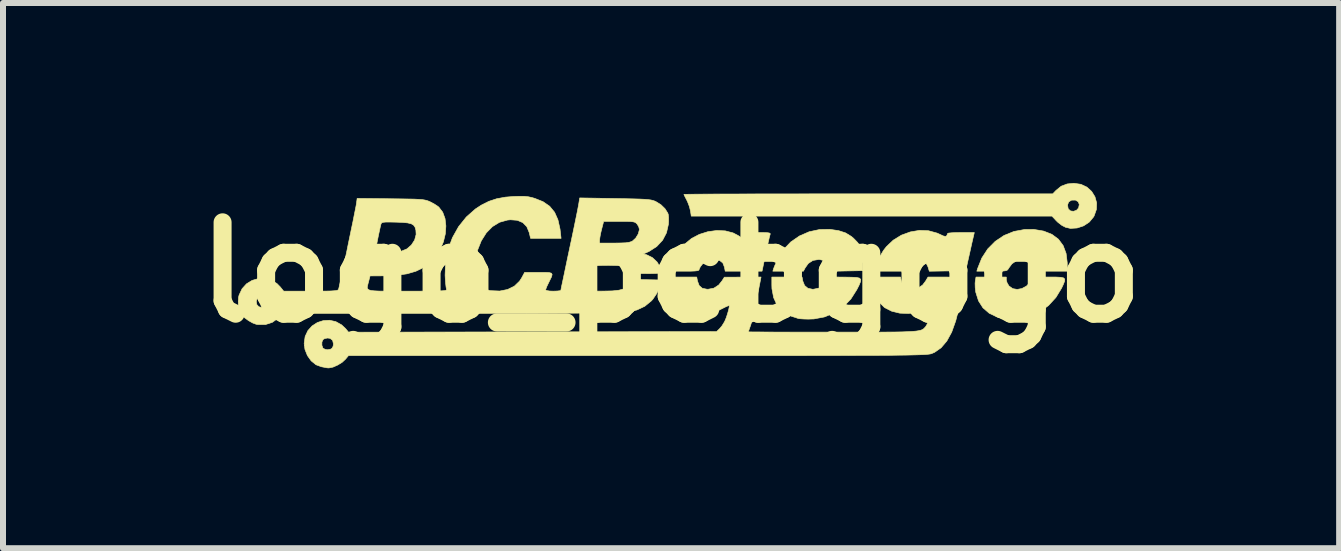
<source format=kicad_pcb>
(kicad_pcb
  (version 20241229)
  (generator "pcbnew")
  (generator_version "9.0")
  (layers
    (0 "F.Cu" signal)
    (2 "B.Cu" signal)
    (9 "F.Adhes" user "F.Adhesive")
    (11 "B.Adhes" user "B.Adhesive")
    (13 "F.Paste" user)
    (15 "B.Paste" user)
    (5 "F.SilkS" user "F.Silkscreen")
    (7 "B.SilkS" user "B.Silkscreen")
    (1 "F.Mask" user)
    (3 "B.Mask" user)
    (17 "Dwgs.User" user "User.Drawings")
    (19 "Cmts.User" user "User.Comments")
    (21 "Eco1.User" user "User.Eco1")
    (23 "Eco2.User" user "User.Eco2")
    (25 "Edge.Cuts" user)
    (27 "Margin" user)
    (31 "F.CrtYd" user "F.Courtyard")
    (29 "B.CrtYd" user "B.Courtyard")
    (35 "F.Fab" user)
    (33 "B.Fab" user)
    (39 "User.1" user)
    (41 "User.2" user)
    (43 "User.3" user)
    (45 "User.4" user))
  (footprint "logo_pcbgogo"
    (layer "F.Cu")
    (at 8.135 1.49)
    (property "Reference" "logo_pcbgogo" (at 0 0 0) (layer "F.SilkS") (effects (font (size 1.524 1.524) (thickness 0.3))))
    (attr through_hole)
    (fp_poly (pts (xy 2.792 -0.696) (xy 2.909 -0.658) (xy 3.007 -0.598) (xy 3.041 -0.569) (xy 3.111 -0.497) (xy 3.156 -0.428) (xy 3.182 -0.351) (xy 3.192 -0.252) (xy 3.194 -0.195) (xy 3.195 -0.029) (xy 2.928 -0.024) (xy 2.662 -0.018) (xy 2.648 -0.073) (xy 2.613 -0.15) (xy 2.554 -0.197) (xy 2.47 -0.215) (xy 2.461 -0.215) (xy 2.364 -0.199) (xy 2.288 -0.149) (xy 2.236 -0.076) (xy 2.207 -0.02) (xy 1.697 -0.02) (xy 1.71 -0.064) (xy 1.725 -0.103) (xy 1.752 -0.164) (xy 1.784 -0.234) (xy 1.785 -0.234) (xy 1.877 -0.383) (xy 1.997 -0.508) (xy 2.141 -0.607) (xy 2.302 -0.677) (xy 2.475 -0.714) (xy 2.647 -0.717) (xy 2.792 -0.696)) (stroke (width 0.01) (type solid)) (fill yes) (layer "F.SilkS"))
    (fp_poly (pts (xy 6.211 -0.688) (xy 6.348 -0.634) (xy 6.457 -0.553) (xy 6.536 -0.446) (xy 6.585 -0.315) (xy 6.604 -0.16) (xy 6.604 -0.144) (xy 6.604 -0.02) (xy 6.06 -0.02) (xy 6.047 -0.078) (xy 6.014 -0.147) (xy 5.951 -0.194) (xy 5.867 -0.214) (xy 5.851 -0.215) (xy 5.76 -0.196) (xy 5.682 -0.143) (xy 5.628 -0.07) (xy 5.616 -0.05) (xy 5.601 -0.035) (xy 5.576 -0.027) (xy 5.534 -0.022) (xy 5.469 -0.02) (xy 5.373 -0.02) (xy 5.349 -0.02) (xy 5.097 -0.02) (xy 5.11 -0.064) (xy 5.18 -0.239) (xy 5.279 -0.391) (xy 5.404 -0.517) (xy 5.55 -0.615) (xy 5.715 -0.682) (xy 5.894 -0.715) (xy 6.047 -0.716) (xy 6.211 -0.688)) (stroke (width 0.01) (type solid)) (fill yes) (layer "F.SilkS"))
    (fp_poly (pts (xy 2.902 0.079) (xy 3.016 0.081) (xy 3.095 0.085) (xy 3.142 0.096) (xy 3.162 0.118) (xy 3.158 0.155) (xy 3.135 0.212) (xy 3.097 0.287) (xy 2.998 0.443) (xy 2.873 0.573) (xy 2.725 0.673) (xy 2.56 0.742) (xy 2.382 0.776) (xy 2.287 0.779) (xy 2.214 0.777) (xy 2.153 0.773) (xy 2.12 0.768) (xy 1.973 0.72) (xy 1.855 0.645) (xy 1.767 0.546) (xy 1.71 0.421) (xy 1.682 0.273) (xy 1.68 0.211) (xy 1.68 0.078) (xy 2.184 0.078) (xy 2.196 0.144) (xy 2.226 0.219) (xy 2.281 0.265) (xy 2.361 0.282) (xy 2.374 0.281) (xy 2.47 0.261) (xy 2.553 0.208) (xy 2.61 0.134) (xy 2.639 0.077) (xy 2.902 0.079)) (stroke (width 0.01) (type solid)) (fill yes) (layer "F.SilkS"))
    (fp_poly (pts (xy 5.588 0.126) (xy 5.601 0.173) (xy 5.631 0.224) (xy 5.635 0.228) (xy 5.695 0.271) (xy 5.77 0.284) (xy 5.849 0.269) (xy 5.925 0.228) (xy 5.989 0.162) (xy 5.997 0.151) (xy 6.044 0.078) (xy 6.304 0.078) (xy 6.417 0.078) (xy 6.495 0.082) (xy 6.542 0.092) (xy 6.562 0.112) (xy 6.56 0.147) (xy 6.539 0.2) (xy 6.509 0.264) (xy 6.415 0.418) (xy 6.292 0.552) (xy 6.146 0.66) (xy 5.984 0.736) (xy 5.957 0.745) (xy 5.828 0.772) (xy 5.687 0.781) (xy 5.549 0.771) (xy 5.436 0.745) (xy 5.303 0.681) (xy 5.199 0.591) (xy 5.125 0.475) (xy 5.08 0.333) (xy 5.079 0.33) (xy 5.07 0.254) (xy 5.068 0.181) (xy 5.071 0.151) (xy 5.083 0.078) (xy 5.588 0.078) (xy 5.588 0.126)) (stroke (width 0.01) (type solid)) (fill yes) (layer "F.SilkS"))
    (fp_poly (pts (xy 4.291 -0.694) (xy 4.434 -0.655) (xy 4.474 -0.637) (xy 4.536 -0.608) (xy 4.573 -0.599) (xy 4.592 -0.607) (xy 4.594 -0.61) (xy 4.609 -0.641) (xy 4.611 -0.65) (xy 4.629 -0.655) (xy 4.679 -0.66) (xy 4.752 -0.663) (xy 4.833 -0.664) (xy 5.055 -0.664) (xy 5.011 -0.474) (xy 4.989 -0.374) (xy 4.966 -0.272) (xy 4.946 -0.183) (xy 4.94 -0.156) (xy 4.913 -0.029) (xy 4.609 -0.024) (xy 4.305 -0.019) (xy 4.283 -0.092) (xy 4.247 -0.164) (xy 4.189 -0.205) (xy 4.104 -0.218) (xy 4.096 -0.218) (xy 4.004 -0.199) (xy 3.931 -0.146) (xy 3.888 -0.082) (xy 3.859 -0.02) (xy 3.627 -0.02) (xy 3.395 -0.02) (xy 3.407 -0.078) (xy 3.434 -0.165) (xy 3.481 -0.265) (xy 3.539 -0.363) (xy 3.589 -0.428) (xy 3.704 -0.537) (xy 3.839 -0.62) (xy 3.987 -0.674) (xy 4.14 -0.7) (xy 4.291 -0.694)) (stroke (width 0.01) (type solid)) (fill yes) (layer "F.SilkS"))
    (fp_poly (pts (xy 0.903 -0.692) (xy 1.034 -0.658) (xy 1.117 -0.615) (xy 1.188 -0.569) (xy 1.2 -0.616) (xy 1.207 -0.637) (xy 1.218 -0.651) (xy 1.242 -0.659) (xy 1.286 -0.663) (xy 1.356 -0.664) (xy 1.439 -0.664) (xy 1.535 -0.664) (xy 1.599 -0.662) (xy 1.636 -0.657) (xy 1.652 -0.649) (xy 1.653 -0.637) (xy 1.651 -0.63) (xy 1.642 -0.6) (xy 1.628 -0.538) (xy 1.609 -0.454) (xy 1.587 -0.355) (xy 1.577 -0.308) (xy 1.517 -0.02) (xy 0.903 -0.02) (xy 0.89 -0.088) (xy 0.863 -0.157) (xy 0.811 -0.198) (xy 0.732 -0.212) (xy 0.68 -0.21) (xy 0.61 -0.198) (xy 0.562 -0.175) (xy 0.524 -0.139) (xy 0.489 -0.094) (xy 0.47 -0.056) (xy 0.469 -0.049) (xy 0.463 -0.036) (xy 0.441 -0.028) (xy 0.397 -0.023) (xy 0.325 -0.02) (xy 0.233 -0.02) (xy -0.003 -0.02) (xy 0.01 -0.083) (xy 0.033 -0.153) (xy 0.074 -0.24) (xy 0.126 -0.332) (xy 0.182 -0.415) (xy 0.229 -0.472) (xy 0.34 -0.564) (xy 0.471 -0.633) (xy 0.614 -0.678) (xy 0.761 -0.698) (xy 0.903 -0.692)) (stroke (width 0.01) (type solid)) (fill yes) (layer "F.SilkS"))
    (fp_poly (pts (xy 6.832 -1.468) (xy 6.932 -1.421) (xy 7.011 -1.349) (xy 7.066 -1.26) (xy 7.094 -1.158) (xy 7.09 -1.049) (xy 7.052 -0.941) (xy 7.043 -0.925) (xy 6.972 -0.839) (xy 6.877 -0.776) (xy 6.769 -0.74) (xy 6.657 -0.733) (xy 6.575 -0.752) (xy 6.515 -0.783) (xy 6.451 -0.832) (xy 6.423 -0.859) (xy 6.349 -0.938) (xy 0.337 -0.938) (xy 0.324 -1.025) (xy 0.306 -1.097) (xy 0.295 -1.126) (xy 6.609 -1.126) (xy 6.618 -1.068) (xy 6.623 -1.056) (xy 6.659 -1.024) (xy 6.709 -1.018) (xy 6.759 -1.036) (xy 6.793 -1.073) (xy 6.805 -1.132) (xy 6.786 -1.178) (xy 6.741 -1.205) (xy 6.677 -1.204) (xy 6.673 -1.203) (xy 6.629 -1.175) (xy 6.609 -1.126) (xy 0.295 -1.126) (xy 0.276 -1.175) (xy 0.263 -1.202) (xy 0.236 -1.254) (xy 0.218 -1.291) (xy 0.215 -1.3) (xy 0.234 -1.301) (xy 0.29 -1.302) (xy 0.381 -1.303) (xy 0.505 -1.304) (xy 0.66 -1.305) (xy 0.843 -1.306) (xy 1.053 -1.306) (xy 1.287 -1.307) (xy 1.544 -1.308) (xy 1.821 -1.308) (xy 2.116 -1.308) (xy 2.428 -1.309) (xy 2.753 -1.309) (xy 3.091 -1.309) (xy 3.289 -1.309) (xy 6.362 -1.309) (xy 6.418 -1.367) (xy 6.503 -1.436) (xy 6.603 -1.474) (xy 6.715 -1.485) (xy 6.832 -1.468)) (stroke (width 0.01) (type solid)) (fill yes) (layer "F.SilkS"))
    (fp_poly (pts (xy 0.441 0.145) (xy 0.469 0.22) (xy 0.521 0.265) (xy 0.6 0.281) (xy 0.619 0.281) (xy 0.714 0.263) (xy 0.795 0.21) (xy 0.85 0.141) (xy 0.889 0.08) (xy 1.194 0.079) (xy 1.5 0.078) (xy 1.484 0.161) (xy 1.449 0.339) (xy 1.421 0.483) (xy 1.397 0.598) (xy 1.378 0.689) (xy 1.362 0.759) (xy 1.347 0.813) (xy 1.334 0.857) (xy 1.328 0.877) (xy 1.307 0.936) (xy 1.293 0.977) (xy 1.29 0.991) (xy 1.309 0.992) (xy 1.364 0.993) (xy 1.452 0.993) (xy 1.569 0.994) (xy 1.714 0.995) (xy 1.882 0.995) (xy 2.071 0.996) (xy 2.277 0.996) (xy 2.498 0.996) (xy 2.697 0.996) (xy 2.971 0.996) (xy 3.208 0.996) (xy 3.412 0.996) (xy 3.585 0.995) (xy 3.73 0.994) (xy 3.85 0.992) (xy 3.947 0.988) (xy 4.024 0.984) (xy 4.084 0.979) (xy 4.129 0.972) (xy 4.163 0.964) (xy 4.189 0.954) (xy 4.208 0.942) (xy 4.223 0.927) (xy 4.238 0.911) (xy 4.243 0.906) (xy 4.262 0.875) (xy 4.286 0.821) (xy 4.313 0.754) (xy 4.339 0.684) (xy 4.359 0.62) (xy 4.371 0.574) (xy 4.371 0.555) (xy 4.351 0.559) (xy 4.306 0.578) (xy 4.246 0.607) (xy 4.24 0.61) (xy 4.104 0.662) (xy 3.959 0.685) (xy 3.814 0.68) (xy 3.678 0.647) (xy 3.56 0.587) (xy 3.554 0.582) (xy 3.471 0.499) (xy 3.413 0.39) (xy 3.384 0.263) (xy 3.38 0.2) (xy 3.38 0.078) (xy 3.825 0.078) (xy 3.838 0.144) (xy 3.867 0.219) (xy 3.922 0.265) (xy 4.002 0.281) (xy 4.016 0.281) (xy 4.114 0.263) (xy 4.193 0.211) (xy 4.243 0.145) (xy 4.283 0.078) (xy 4.584 0.078) (xy 4.699 0.079) (xy 4.781 0.08) (xy 4.835 0.084) (xy 4.866 0.089) (xy 4.881 0.098) (xy 4.885 0.11) (xy 4.881 0.151) (xy 4.869 0.221) (xy 4.853 0.312) (xy 4.833 0.416) (xy 4.811 0.524) (xy 4.788 0.629) (xy 4.767 0.722) (xy 4.749 0.793) (xy 4.744 0.811) (xy 4.678 0.996) (xy 4.597 1.144) (xy 4.501 1.257) (xy 4.392 1.333) (xy 4.345 1.353) (xy 4.333 1.357) (xy 4.318 1.36) (xy 4.299 1.363) (xy 4.273 1.366) (xy 4.24 1.369) (xy 4.197 1.371) (xy 4.144 1.373) (xy 4.079 1.375) (xy 4 1.377) (xy 3.907 1.379) (xy 3.797 1.38) (xy 3.669 1.382) (xy 3.522 1.383) (xy 3.355 1.384) (xy 3.165 1.384) (xy 2.951 1.385) (xy 2.712 1.386) (xy 2.447 1.386) (xy 2.153 1.387) (xy 1.83 1.387) (xy 1.477 1.387) (xy 1.09 1.387) (xy 0.67 1.387) (xy 0.214 1.387) (xy -0.278 1.387) (xy -0.563 1.387) (xy -5.376 1.387) (xy -5.426 1.447) (xy -5.483 1.5) (xy -5.557 1.545) (xy -5.634 1.579) (xy -5.703 1.593) (xy -5.735 1.591) (xy -5.765 1.585) (xy -5.817 1.575) (xy -5.828 1.573) (xy -5.918 1.54) (xy -5.998 1.475) (xy -6.061 1.387) (xy -6.102 1.284) (xy -6.111 1.215) (xy -5.82 1.215) (xy -5.803 1.261) (xy -5.799 1.266) (xy -5.762 1.284) (xy -5.725 1.29) (xy -5.677 1.281) (xy -5.651 1.266) (xy -5.632 1.23) (xy -5.627 1.192) (xy -5.641 1.132) (xy -5.683 1.1) (xy -5.725 1.094) (xy -5.772 1.103) (xy -5.799 1.118) (xy -5.819 1.16) (xy -5.82 1.215) (xy -6.111 1.215) (xy -6.115 1.185) (xy -6.099 1.069) (xy -6.053 0.971) (xy -5.983 0.893) (xy -5.895 0.836) (xy -5.796 0.804) (xy -5.692 0.798) (xy -5.588 0.821) (xy -5.491 0.875) (xy -5.425 0.937) (xy -5.375 0.997) (xy -2.308 0.992) (xy 0.759 0.987) (xy 0.808 0.94) (xy 0.848 0.893) (xy 0.887 0.83) (xy 0.898 0.809) (xy 0.921 0.753) (xy 0.942 0.688) (xy 0.96 0.625) (xy 0.97 0.576) (xy 0.969 0.552) (xy 0.969 0.552) (xy 0.95 0.558) (xy 0.906 0.577) (xy 0.846 0.607) (xy 0.84 0.61) (xy 0.78 0.64) (xy 0.73 0.658) (xy 0.679 0.669) (xy 0.613 0.673) (xy 0.52 0.674) (xy 0.519 0.674) (xy 0.396 0.67) (xy 0.302 0.655) (xy 0.226 0.627) (xy 0.159 0.582) (xy 0.113 0.54) (xy 0.036 0.438) (xy -0.007 0.318) (xy -0.019 0.2) (xy -0.02 0.078) (xy 0.428 0.078) (xy 0.441 0.145)) (stroke (width 0.01) (type solid)) (fill yes) (layer "F.SilkS"))
    (fp_poly (pts (xy -2.441 -1.267) (xy -2.376 -1.26) (xy -2.311 -1.245) (xy -2.273 -1.234) (xy -2.133 -1.178) (xy -2.023 -1.102) (xy -1.941 -1.002) (xy -1.885 -0.876) (xy -1.85 -0.719) (xy -1.847 -0.689) (xy -1.833 -0.567) (xy -2.341 -0.567) (xy -2.364 -0.664) (xy -2.404 -0.761) (xy -2.47 -0.829) (xy -2.561 -0.868) (xy -2.676 -0.877) (xy -2.727 -0.872) (xy -2.859 -0.835) (xy -2.977 -0.763) (xy -3.079 -0.659) (xy -3.163 -0.526) (xy -3.227 -0.365) (xy -3.253 -0.264) (xy -3.278 -0.101) (xy -3.279 0.032) (xy -3.254 0.138) (xy -3.204 0.217) (xy -3.126 0.271) (xy -3.022 0.303) (xy -3.004 0.305) (xy -2.855 0.311) (xy -2.724 0.285) (xy -2.612 0.23) (xy -2.525 0.146) (xy -2.491 0.094) (xy -2.44 0) (xy -2.205 0) (xy -2.101 -0.000031) (xy -2.032 0.003) (xy -1.994 0.014) (xy -1.982 0.036) (xy -1.993 0.076) (xy -2.023 0.137) (xy -2.044 0.18) (xy -2.071 0.236) (xy -2.087 0.279) (xy -2.091 0.292) (xy -2.072 0.303) (xy -2.023 0.311) (xy -1.964 0.313) (xy -1.899 0.311) (xy -1.853 0.306) (xy -1.837 0.3) (xy -1.833 0.278) (xy -1.822 0.223) (xy -1.804 0.139) (xy -1.781 0.03) (xy -1.754 -0.099) (xy -1.724 -0.243) (xy -1.701 -0.35) (xy -1.672 -0.488) (xy -1.192 -0.488) (xy -0.946 -0.488) (xy -0.835 -0.49) (xy -0.756 -0.493) (xy -0.7 -0.501) (xy -0.661 -0.513) (xy -0.643 -0.522) (xy -0.589 -0.571) (xy -0.547 -0.64) (xy -0.528 -0.71) (xy -0.528 -0.719) (xy -0.539 -0.762) (xy -0.565 -0.804) (xy -0.582 -0.822) (xy -0.602 -0.835) (xy -0.632 -0.843) (xy -0.68 -0.848) (xy -0.752 -0.85) (xy -0.856 -0.85) (xy -1.123 -0.85) (xy -1.156 -0.723) (xy -1.174 -0.649) (xy -1.186 -0.582) (xy -1.191 -0.542) (xy -1.192 -0.488) (xy -1.672 -0.488) (xy -1.667 -0.509) (xy -1.635 -0.661) (xy -1.606 -0.801) (xy -1.581 -0.923) (xy -1.561 -1.021) (xy -1.548 -1.09) (xy -1.543 -1.114) (xy -1.522 -1.241) (xy -0.932 -1.231) (xy -0.763 -1.228) (xy -0.628 -1.225) (xy -0.523 -1.222) (xy -0.443 -1.218) (xy -0.382 -1.213) (xy -0.337 -1.207) (xy -0.302 -1.199) (xy -0.273 -1.189) (xy -0.253 -1.18) (xy -0.17 -1.129) (xy -0.101 -1.062) (xy -0.055 -0.989) (xy -0.046 -0.964) (xy -0.041 -0.917) (xy -0.041 -0.85) (xy -0.044 -0.801) (xy -0.076 -0.66) (xy -0.141 -0.536) (xy -0.239 -0.431) (xy -0.365 -0.35) (xy -0.391 -0.338) (xy -0.459 -0.308) (xy -0.406 -0.293) (xy -0.312 -0.247) (xy -0.233 -0.173) (xy -0.194 -0.109) (xy -0.171 -0.058) (xy -0.161 -0.022) (xy -0.168 0.001) (xy -0.198 0.013) (xy -0.255 0.018) (xy -0.344 0.02) (xy -0.399 0.02) (xy -0.501 0.019) (xy -0.57 0.017) (xy -0.613 0.013) (xy -0.637 0.005) (xy -0.65 -0.008) (xy -0.655 -0.021) (xy -0.678 -0.058) (xy -0.724 -0.085) (xy -0.797 -0.104) (xy -0.899 -0.114) (xy -1.037 -0.117) (xy -1.043 -0.117) (xy -1.147 -0.116) (xy -1.219 -0.113) (xy -1.264 -0.108) (xy -1.288 -0.098) (xy -1.297 -0.088) (xy -1.324 -0.066) (xy -1.367 -0.059) (xy -1.41 -0.053) (xy -1.426 -0.03) (xy -1.426 -0.02) (xy -1.414 0.012) (xy -1.381 0.02) (xy -1.334 0.026) (xy -1.319 0.049) (xy -1.323 0.078) (xy -1.351 0.11) (xy -1.394 0.121) (xy -1.441 0.133) (xy -1.46 0.163) (xy -1.462 0.171) (xy -1.46 0.202) (xy -1.437 0.214) (xy -1.408 0.215) (xy -1.367 0.218) (xy -1.355 0.235) (xy -1.36 0.264) (xy -1.372 0.313) (xy -1.121 0.312) (xy -0.978 0.309) (xy -0.869 0.297) (xy -0.788 0.276) (xy -0.73 0.245) (xy -0.688 0.2) (xy -0.675 0.177) (xy -0.643 0.116) (xy -0.405 0.122) (xy -0.166 0.127) (xy -0.173 0.176) (xy -0.197 0.264) (xy -0.243 0.359) (xy -0.303 0.447) (xy -0.328 0.475) (xy -0.438 0.565) (xy -0.57 0.627) (xy -0.717 0.662) (xy -0.754 0.665) (xy -0.821 0.669) (xy -0.918 0.671) (xy -1.045 0.674) (xy -1.205 0.676) (xy -1.397 0.678) (xy -1.622 0.68) (xy -1.882 0.681) (xy -2.177 0.682) (xy -2.507 0.683) (xy -2.875 0.683) (xy -3.28 0.684) (xy -3.662 0.684) (xy -6.467 0.684) (xy -6.545 0.76) (xy -6.646 0.833) (xy -6.761 0.87) (xy -6.888 0.869) (xy -6.915 0.865) (xy -6.972 0.844) (xy -7.04 0.806) (xy -7.103 0.76) (xy -7.133 0.73) (xy -7.187 0.638) (xy -7.213 0.529) (xy -7.212 0.48) (xy -6.913 0.48) (xy -6.905 0.536) (xy -6.871 0.573) (xy -6.824 0.584) (xy -6.773 0.567) (xy -6.752 0.549) (xy -6.725 0.496) (xy -6.732 0.446) (xy -6.772 0.408) (xy -6.786 0.402) (xy -6.848 0.394) (xy -6.892 0.421) (xy -6.913 0.479) (xy -6.913 0.48) (xy -7.212 0.48) (xy -7.209 0.416) (xy -7.2 0.379) (xy -7.15 0.273) (xy -7.076 0.191) (xy -6.983 0.134) (xy -6.879 0.104) (xy -6.771 0.101) (xy -6.666 0.128) (xy -6.57 0.185) (xy -6.514 0.242) (xy -6.457 0.313) (xy -6.005 0.313) (xy -5.859 0.312) (xy -5.749 0.312) (xy -5.667 0.31) (xy -5.611 0.306) (xy -5.575 0.302) (xy -5.554 0.295) (xy -5.544 0.285) (xy -5.541 0.278) (xy -5.533 0.247) (xy -5.519 0.182) (xy -5.499 0.091) (xy -5.474 -0.023) (xy -5.447 -0.152) (xy -5.417 -0.293) (xy -5.403 -0.359) (xy -4.924 -0.359) (xy -4.906 -0.346) (xy -4.858 -0.337) (xy -4.788 -0.332) (xy -4.706 -0.332) (xy -4.619 -0.336) (xy -4.537 -0.346) (xy -4.496 -0.353) (xy -4.403 -0.391) (xy -4.328 -0.456) (xy -4.274 -0.539) (xy -4.249 -0.632) (xy -4.253 -0.705) (xy -4.267 -0.753) (xy -4.291 -0.787) (xy -4.33 -0.81) (xy -4.392 -0.825) (xy -4.481 -0.833) (xy -4.582 -0.837) (xy -4.683 -0.839) (xy -4.752 -0.839) (xy -4.795 -0.835) (xy -4.819 -0.828) (xy -4.83 -0.816) (xy -4.834 -0.808) (xy -4.844 -0.769) (xy -4.858 -0.705) (xy -4.875 -0.626) (xy -4.892 -0.542) (xy -4.907 -0.463) (xy -4.918 -0.4) (xy -4.923 -0.363) (xy -4.924 -0.359) (xy -5.403 -0.359) (xy -5.387 -0.439) (xy -5.357 -0.584) (xy -5.328 -0.724) (xy -5.301 -0.852) (xy -5.279 -0.964) (xy -5.261 -1.054) (xy -5.249 -1.115) (xy -5.245 -1.139) (xy -5.232 -1.233) (xy -4.672 -1.227) (xy -4.509 -1.225) (xy -4.38 -1.223) (xy -4.28 -1.221) (xy -4.204 -1.217) (xy -4.147 -1.213) (xy -4.104 -1.206) (xy -4.07 -1.198) (xy -4.04 -1.187) (xy -4.015 -1.176) (xy -3.95 -1.142) (xy -3.893 -1.105) (xy -3.871 -1.088) (xy -3.806 -1.003) (xy -3.767 -0.897) (xy -3.753 -0.774) (xy -3.762 -0.643) (xy -3.794 -0.51) (xy -3.848 -0.38) (xy -3.922 -0.262) (xy -4.015 -0.161) (xy -4.126 -0.08) (xy -4.253 -0.019) (xy -4.4 0.024) (xy -4.572 0.049) (xy -4.775 0.058) (xy -4.799 0.058) (xy -5.017 0.059) (xy -5.039 0.145) (xy -5.051 0.19) (xy -5.06 0.226) (xy -5.064 0.254) (xy -5.057 0.275) (xy -5.038 0.291) (xy -5.001 0.302) (xy -4.944 0.308) (xy -4.863 0.312) (xy -4.754 0.313) (xy -4.615 0.313) (xy -4.44 0.313) (xy -4.394 0.313) (xy -4.215 0.313) (xy -4.071 0.312) (xy -3.959 0.311) (xy -3.875 0.309) (xy -3.815 0.307) (xy -3.775 0.303) (xy -3.752 0.298) (xy -3.742 0.292) (xy -3.741 0.283) (xy -3.743 0.278) (xy -3.75 0.245) (xy -3.757 0.183) (xy -3.763 0.102) (xy -3.766 0.047) (xy -3.758 -0.171) (xy -3.717 -0.381) (xy -3.643 -0.58) (xy -3.541 -0.762) (xy -3.412 -0.923) (xy -3.26 -1.057) (xy -3.164 -1.12) (xy -3.037 -1.184) (xy -2.907 -1.227) (xy -2.761 -1.254) (xy -2.625 -1.265) (xy -2.52 -1.268) (xy -2.441 -1.267)) (stroke (width 0.01) (type solid)) (fill yes) (layer "F.SilkS")))
  (gr_rect
    (start -3 -3)
    (end 19.271 6.088)
    (stroke (width 0.1) (type default))
    (fill no)
    (layer "Edge.Cuts")))
</source>
